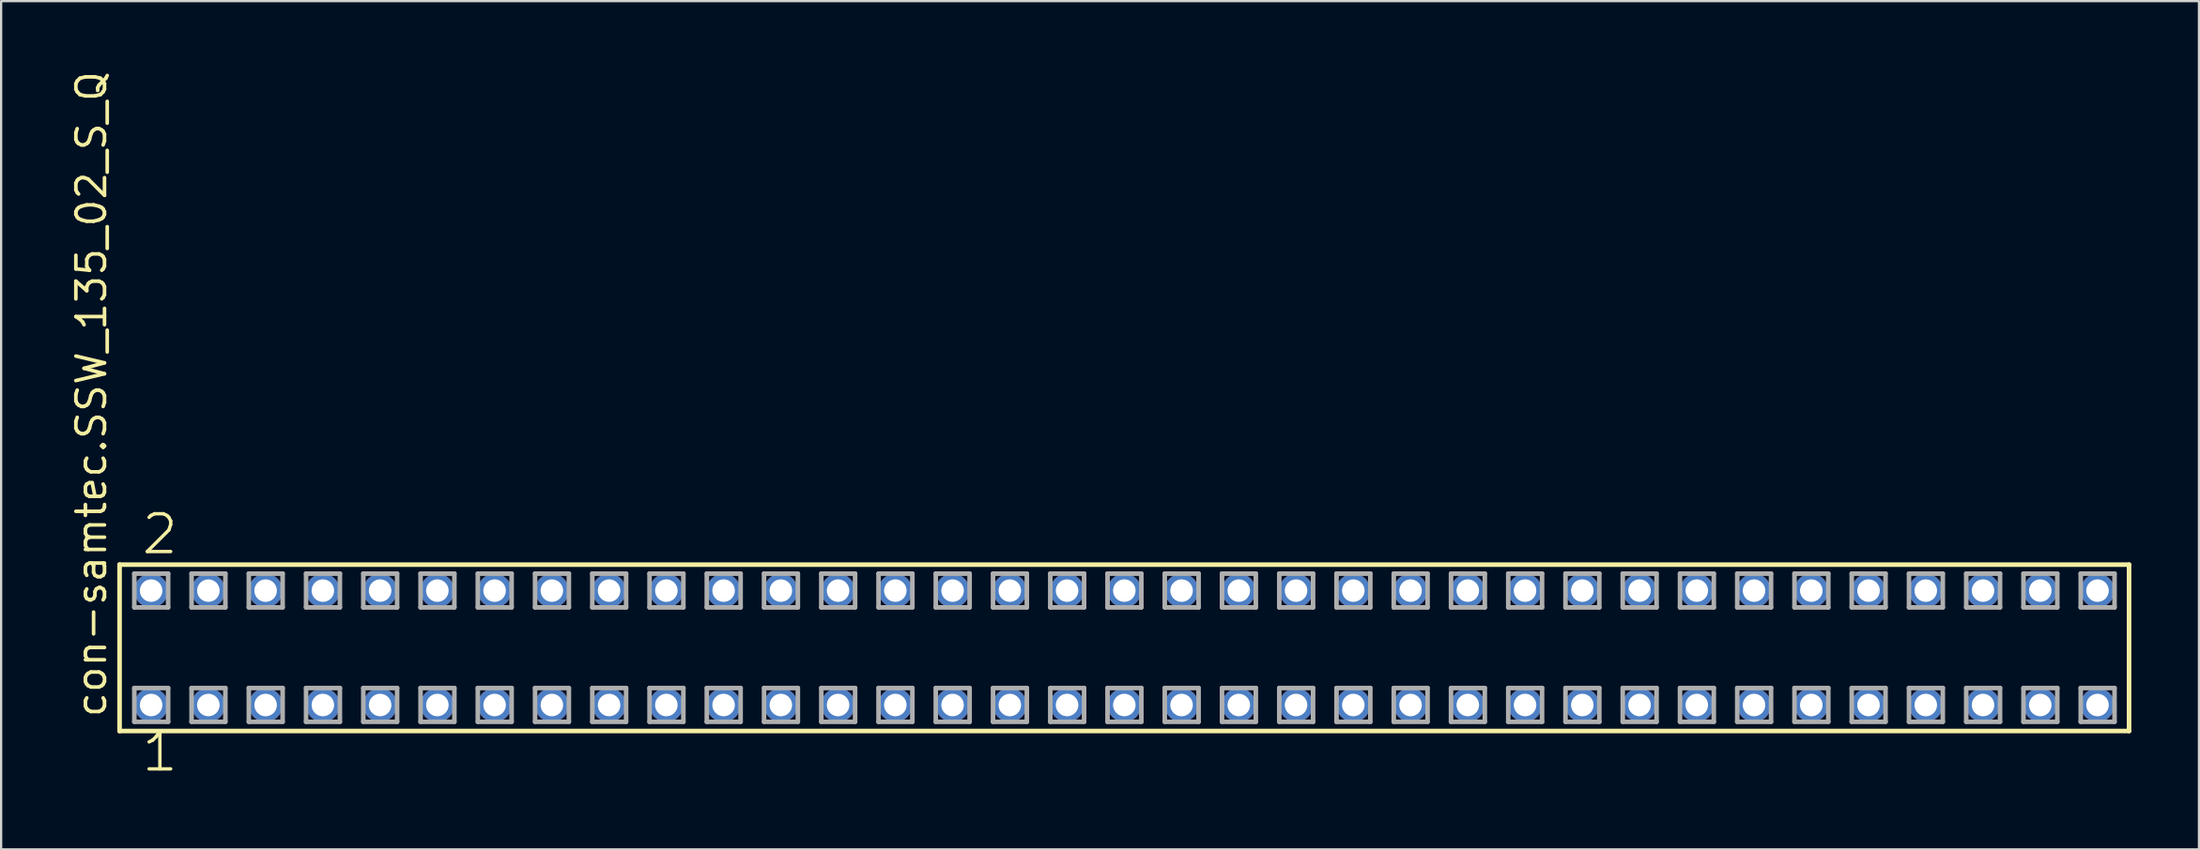
<source format=kicad_pcb>
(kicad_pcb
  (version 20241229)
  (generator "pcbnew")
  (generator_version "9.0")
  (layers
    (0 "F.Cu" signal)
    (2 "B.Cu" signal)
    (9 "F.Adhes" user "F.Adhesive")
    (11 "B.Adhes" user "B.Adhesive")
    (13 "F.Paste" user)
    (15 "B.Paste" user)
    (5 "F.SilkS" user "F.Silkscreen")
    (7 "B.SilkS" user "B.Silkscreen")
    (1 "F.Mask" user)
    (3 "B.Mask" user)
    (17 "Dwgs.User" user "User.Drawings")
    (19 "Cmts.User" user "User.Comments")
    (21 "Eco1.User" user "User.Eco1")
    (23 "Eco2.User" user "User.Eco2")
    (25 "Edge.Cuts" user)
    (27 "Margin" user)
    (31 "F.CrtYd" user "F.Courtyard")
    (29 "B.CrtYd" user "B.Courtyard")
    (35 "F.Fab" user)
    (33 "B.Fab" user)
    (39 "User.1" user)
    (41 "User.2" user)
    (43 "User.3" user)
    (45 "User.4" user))
  (footprint "con-samtec.SSW_135_02_S_Q"
    (layer "F.Cu")
    (at 46.835 25.717)
    (property "Reference" "con-samtec.SSW_135_02_S_Q" (at -45.085 3.175 90) (layer "F.SilkS") (effects (font (size 1.27 1.27) (thickness 0.16)) (justify left bottom)))
    (attr through_hole)
    (fp_line (start -44.579 -3.695) (end 44.579 -3.695) (stroke (width 0.203) (type default)) (layer "F.SilkS"))
    (fp_line (start -44.579 3.695) (end -44.579 -3.695) (stroke (width 0.203) (type default)) (layer "F.SilkS"))
    (fp_line (start 44.579 -3.695) (end 44.579 3.695) (stroke (width 0.203) (type default)) (layer "F.SilkS"))
    (fp_line (start 44.579 3.695) (end -44.579 3.695) (stroke (width 0.203) (type default)) (layer "F.SilkS"))
    (fp_line (start -43.925 -3.295) (end -42.425 -3.295) (stroke (width 0.203) (type default)) (layer "F.Fab"))
    (fp_line (start -43.925 -1.795) (end -43.925 -3.295) (stroke (width 0.203) (type default)) (layer "F.Fab"))
    (fp_line (start -43.925 1.785) (end -42.425 1.785) (stroke (width 0.203) (type default)) (layer "F.Fab"))
    (fp_line (start -43.925 3.285) (end -43.925 1.785) (stroke (width 0.203) (type default)) (layer "F.Fab"))
    (fp_line (start -42.425 -3.295) (end -42.425 -1.795) (stroke (width 0.203) (type default)) (layer "F.Fab"))
    (fp_line (start -42.425 -1.795) (end -43.925 -1.795) (stroke (width 0.203) (type default)) (layer "F.Fab"))
    (fp_line (start -42.425 1.785) (end -42.425 3.285) (stroke (width 0.203) (type default)) (layer "F.Fab"))
    (fp_line (start -42.425 3.285) (end -43.925 3.285) (stroke (width 0.203) (type default)) (layer "F.Fab"))
    (fp_line (start -41.385 -3.295) (end -39.885 -3.295) (stroke (width 0.203) (type default)) (layer "F.Fab"))
    (fp_line (start -41.385 -1.795) (end -41.385 -3.295) (stroke (width 0.203) (type default)) (layer "F.Fab"))
    (fp_line (start -41.385 1.785) (end -39.885 1.785) (stroke (width 0.203) (type default)) (layer "F.Fab"))
    (fp_line (start -41.385 3.285) (end -41.385 1.785) (stroke (width 0.203) (type default)) (layer "F.Fab"))
    (fp_line (start -39.885 -3.295) (end -39.885 -1.795) (stroke (width 0.203) (type default)) (layer "F.Fab"))
    (fp_line (start -39.885 -1.795) (end -41.385 -1.795) (stroke (width 0.203) (type default)) (layer "F.Fab"))
    (fp_line (start -39.885 1.785) (end -39.885 3.285) (stroke (width 0.203) (type default)) (layer "F.Fab"))
    (fp_line (start -39.885 3.285) (end -41.385 3.285) (stroke (width 0.203) (type default)) (layer "F.Fab"))
    (fp_line (start -38.845 -3.295) (end -37.345 -3.295) (stroke (width 0.203) (type default)) (layer "F.Fab"))
    (fp_line (start -38.845 -1.795) (end -38.845 -3.295) (stroke (width 0.203) (type default)) (layer "F.Fab"))
    (fp_line (start -38.845 1.785) (end -37.345 1.785) (stroke (width 0.203) (type default)) (layer "F.Fab"))
    (fp_line (start -38.845 3.285) (end -38.845 1.785) (stroke (width 0.203) (type default)) (layer "F.Fab"))
    (fp_line (start -37.345 -3.295) (end -37.345 -1.795) (stroke (width 0.203) (type default)) (layer "F.Fab"))
    (fp_line (start -37.345 -1.795) (end -38.845 -1.795) (stroke (width 0.203) (type default)) (layer "F.Fab"))
    (fp_line (start -37.345 1.785) (end -37.345 3.285) (stroke (width 0.203) (type default)) (layer "F.Fab"))
    (fp_line (start -37.345 3.285) (end -38.845 3.285) (stroke (width 0.203) (type default)) (layer "F.Fab"))
    (fp_line (start -36.305 -3.295) (end -34.805 -3.295) (stroke (width 0.203) (type default)) (layer "F.Fab"))
    (fp_line (start -36.305 -1.795) (end -36.305 -3.295) (stroke (width 0.203) (type default)) (layer "F.Fab"))
    (fp_line (start -36.305 1.785) (end -34.805 1.785) (stroke (width 0.203) (type default)) (layer "F.Fab"))
    (fp_line (start -36.305 3.285) (end -36.305 1.785) (stroke (width 0.203) (type default)) (layer "F.Fab"))
    (fp_line (start -34.805 -3.295) (end -34.805 -1.795) (stroke (width 0.203) (type default)) (layer "F.Fab"))
    (fp_line (start -34.805 -1.795) (end -36.305 -1.795) (stroke (width 0.203) (type default)) (layer "F.Fab"))
    (fp_line (start -34.805 1.785) (end -34.805 3.285) (stroke (width 0.203) (type default)) (layer "F.Fab"))
    (fp_line (start -34.805 3.285) (end -36.305 3.285) (stroke (width 0.203) (type default)) (layer "F.Fab"))
    (fp_line (start -33.765 -3.295) (end -32.265 -3.295) (stroke (width 0.203) (type default)) (layer "F.Fab"))
    (fp_line (start -33.765 -1.795) (end -33.765 -3.295) (stroke (width 0.203) (type default)) (layer "F.Fab"))
    (fp_line (start -33.765 1.785) (end -32.265 1.785) (stroke (width 0.203) (type default)) (layer "F.Fab"))
    (fp_line (start -33.765 3.285) (end -33.765 1.785) (stroke (width 0.203) (type default)) (layer "F.Fab"))
    (fp_line (start -32.265 -3.295) (end -32.265 -1.795) (stroke (width 0.203) (type default)) (layer "F.Fab"))
    (fp_line (start -32.265 -1.795) (end -33.765 -1.795) (stroke (width 0.203) (type default)) (layer "F.Fab"))
    (fp_line (start -32.265 1.785) (end -32.265 3.285) (stroke (width 0.203) (type default)) (layer "F.Fab"))
    (fp_line (start -32.265 3.285) (end -33.765 3.285) (stroke (width 0.203) (type default)) (layer "F.Fab"))
    (fp_line (start -31.225 -3.295) (end -29.725 -3.295) (stroke (width 0.203) (type default)) (layer "F.Fab"))
    (fp_line (start -31.225 -1.795) (end -31.225 -3.295) (stroke (width 0.203) (type default)) (layer "F.Fab"))
    (fp_line (start -31.225 1.785) (end -29.725 1.785) (stroke (width 0.203) (type default)) (layer "F.Fab"))
    (fp_line (start -31.225 3.285) (end -31.225 1.785) (stroke (width 0.203) (type default)) (layer "F.Fab"))
    (fp_line (start -29.725 -3.295) (end -29.725 -1.795) (stroke (width 0.203) (type default)) (layer "F.Fab"))
    (fp_line (start -29.725 -1.795) (end -31.225 -1.795) (stroke (width 0.203) (type default)) (layer "F.Fab"))
    (fp_line (start -29.725 1.785) (end -29.725 3.285) (stroke (width 0.203) (type default)) (layer "F.Fab"))
    (fp_line (start -29.725 3.285) (end -31.225 3.285) (stroke (width 0.203) (type default)) (layer "F.Fab"))
    (fp_line (start -28.685 -3.295) (end -27.185 -3.295) (stroke (width 0.203) (type default)) (layer "F.Fab"))
    (fp_line (start -28.685 -1.795) (end -28.685 -3.295) (stroke (width 0.203) (type default)) (layer "F.Fab"))
    (fp_line (start -28.685 1.785) (end -27.185 1.785) (stroke (width 0.203) (type default)) (layer "F.Fab"))
    (fp_line (start -28.685 3.285) (end -28.685 1.785) (stroke (width 0.203) (type default)) (layer "F.Fab"))
    (fp_line (start -27.185 -3.295) (end -27.185 -1.795) (stroke (width 0.203) (type default)) (layer "F.Fab"))
    (fp_line (start -27.185 -1.795) (end -28.685 -1.795) (stroke (width 0.203) (type default)) (layer "F.Fab"))
    (fp_line (start -27.185 1.785) (end -27.185 3.285) (stroke (width 0.203) (type default)) (layer "F.Fab"))
    (fp_line (start -27.185 3.285) (end -28.685 3.285) (stroke (width 0.203) (type default)) (layer "F.Fab"))
    (fp_line (start -26.145 -3.295) (end -24.645 -3.295) (stroke (width 0.203) (type default)) (layer "F.Fab"))
    (fp_line (start -26.145 -1.795) (end -26.145 -3.295) (stroke (width 0.203) (type default)) (layer "F.Fab"))
    (fp_line (start -26.145 1.785) (end -24.645 1.785) (stroke (width 0.203) (type default)) (layer "F.Fab"))
    (fp_line (start -26.145 3.285) (end -26.145 1.785) (stroke (width 0.203) (type default)) (layer "F.Fab"))
    (fp_line (start -24.645 -3.295) (end -24.645 -1.795) (stroke (width 0.203) (type default)) (layer "F.Fab"))
    (fp_line (start -24.645 -1.795) (end -26.145 -1.795) (stroke (width 0.203) (type default)) (layer "F.Fab"))
    (fp_line (start -24.645 1.785) (end -24.645 3.285) (stroke (width 0.203) (type default)) (layer "F.Fab"))
    (fp_line (start -24.645 3.285) (end -26.145 3.285) (stroke (width 0.203) (type default)) (layer "F.Fab"))
    (fp_line (start -23.605 -3.295) (end -22.105 -3.295) (stroke (width 0.203) (type default)) (layer "F.Fab"))
    (fp_line (start -23.605 -1.795) (end -23.605 -3.295) (stroke (width 0.203) (type default)) (layer "F.Fab"))
    (fp_line (start -23.605 1.785) (end -22.105 1.785) (stroke (width 0.203) (type default)) (layer "F.Fab"))
    (fp_line (start -23.605 3.285) (end -23.605 1.785) (stroke (width 0.203) (type default)) (layer "F.Fab"))
    (fp_line (start -22.105 -3.295) (end -22.105 -1.795) (stroke (width 0.203) (type default)) (layer "F.Fab"))
    (fp_line (start -22.105 -1.795) (end -23.605 -1.795) (stroke (width 0.203) (type default)) (layer "F.Fab"))
    (fp_line (start -22.105 1.785) (end -22.105 3.285) (stroke (width 0.203) (type default)) (layer "F.Fab"))
    (fp_line (start -22.105 3.285) (end -23.605 3.285) (stroke (width 0.203) (type default)) (layer "F.Fab"))
    (fp_line (start -21.065 -3.295) (end -19.565 -3.295) (stroke (width 0.203) (type default)) (layer "F.Fab"))
    (fp_line (start -21.065 -1.795) (end -21.065 -3.295) (stroke (width 0.203) (type default)) (layer "F.Fab"))
    (fp_line (start -21.065 1.785) (end -19.565 1.785) (stroke (width 0.203) (type default)) (layer "F.Fab"))
    (fp_line (start -21.065 3.285) (end -21.065 1.785) (stroke (width 0.203) (type default)) (layer "F.Fab"))
    (fp_line (start -19.565 -3.295) (end -19.565 -1.795) (stroke (width 0.203) (type default)) (layer "F.Fab"))
    (fp_line (start -19.565 -1.795) (end -21.065 -1.795) (stroke (width 0.203) (type default)) (layer "F.Fab"))
    (fp_line (start -19.565 1.785) (end -19.565 3.285) (stroke (width 0.203) (type default)) (layer "F.Fab"))
    (fp_line (start -19.565 3.285) (end -21.065 3.285) (stroke (width 0.203) (type default)) (layer "F.Fab"))
    (fp_line (start -18.525 -3.295) (end -17.025 -3.295) (stroke (width 0.203) (type default)) (layer "F.Fab"))
    (fp_line (start -18.525 -1.795) (end -18.525 -3.295) (stroke (width 0.203) (type default)) (layer "F.Fab"))
    (fp_line (start -18.525 1.785) (end -17.025 1.785) (stroke (width 0.203) (type default)) (layer "F.Fab"))
    (fp_line (start -18.525 3.285) (end -18.525 1.785) (stroke (width 0.203) (type default)) (layer "F.Fab"))
    (fp_line (start -17.025 -3.295) (end -17.025 -1.795) (stroke (width 0.203) (type default)) (layer "F.Fab"))
    (fp_line (start -17.025 -1.795) (end -18.525 -1.795) (stroke (width 0.203) (type default)) (layer "F.Fab"))
    (fp_line (start -17.025 1.785) (end -17.025 3.285) (stroke (width 0.203) (type default)) (layer "F.Fab"))
    (fp_line (start -17.025 3.285) (end -18.525 3.285) (stroke (width 0.203) (type default)) (layer "F.Fab"))
    (fp_line (start -15.985 -3.295) (end -14.485 -3.295) (stroke (width 0.203) (type default)) (layer "F.Fab"))
    (fp_line (start -15.985 -1.795) (end -15.985 -3.295) (stroke (width 0.203) (type default)) (layer "F.Fab"))
    (fp_line (start -15.985 1.785) (end -14.485 1.785) (stroke (width 0.203) (type default)) (layer "F.Fab"))
    (fp_line (start -15.985 3.285) (end -15.985 1.785) (stroke (width 0.203) (type default)) (layer "F.Fab"))
    (fp_line (start -14.485 -3.295) (end -14.485 -1.795) (stroke (width 0.203) (type default)) (layer "F.Fab"))
    (fp_line (start -14.485 -1.795) (end -15.985 -1.795) (stroke (width 0.203) (type default)) (layer "F.Fab"))
    (fp_line (start -14.485 1.785) (end -14.485 3.285) (stroke (width 0.203) (type default)) (layer "F.Fab"))
    (fp_line (start -14.485 3.285) (end -15.985 3.285) (stroke (width 0.203) (type default)) (layer "F.Fab"))
    (fp_line (start -13.445 -3.295) (end -11.945 -3.295) (stroke (width 0.203) (type default)) (layer "F.Fab"))
    (fp_line (start -13.445 -1.795) (end -13.445 -3.295) (stroke (width 0.203) (type default)) (layer "F.Fab"))
    (fp_line (start -13.445 1.785) (end -11.945 1.785) (stroke (width 0.203) (type default)) (layer "F.Fab"))
    (fp_line (start -13.445 3.285) (end -13.445 1.785) (stroke (width 0.203) (type default)) (layer "F.Fab"))
    (fp_line (start -11.945 -3.295) (end -11.945 -1.795) (stroke (width 0.203) (type default)) (layer "F.Fab"))
    (fp_line (start -11.945 -1.795) (end -13.445 -1.795) (stroke (width 0.203) (type default)) (layer "F.Fab"))
    (fp_line (start -11.945 1.785) (end -11.945 3.285) (stroke (width 0.203) (type default)) (layer "F.Fab"))
    (fp_line (start -11.945 3.285) (end -13.445 3.285) (stroke (width 0.203) (type default)) (layer "F.Fab"))
    (fp_line (start -10.905 -3.295) (end -9.405 -3.295) (stroke (width 0.203) (type default)) (layer "F.Fab"))
    (fp_line (start -10.905 -1.795) (end -10.905 -3.295) (stroke (width 0.203) (type default)) (layer "F.Fab"))
    (fp_line (start -10.905 1.785) (end -9.405 1.785) (stroke (width 0.203) (type default)) (layer "F.Fab"))
    (fp_line (start -10.905 3.285) (end -10.905 1.785) (stroke (width 0.203) (type default)) (layer "F.Fab"))
    (fp_line (start -9.405 -3.295) (end -9.405 -1.795) (stroke (width 0.203) (type default)) (layer "F.Fab"))
    (fp_line (start -9.405 -1.795) (end -10.905 -1.795) (stroke (width 0.203) (type default)) (layer "F.Fab"))
    (fp_line (start -9.405 1.785) (end -9.405 3.285) (stroke (width 0.203) (type default)) (layer "F.Fab"))
    (fp_line (start -9.405 3.285) (end -10.905 3.285) (stroke (width 0.203) (type default)) (layer "F.Fab"))
    (fp_line (start -8.365 -3.295) (end -6.865 -3.295) (stroke (width 0.203) (type default)) (layer "F.Fab"))
    (fp_line (start -8.365 -1.795) (end -8.365 -3.295) (stroke (width 0.203) (type default)) (layer "F.Fab"))
    (fp_line (start -8.365 1.785) (end -6.865 1.785) (stroke (width 0.203) (type default)) (layer "F.Fab"))
    (fp_line (start -8.365 3.285) (end -8.365 1.785) (stroke (width 0.203) (type default)) (layer "F.Fab"))
    (fp_line (start -6.865 -3.295) (end -6.865 -1.795) (stroke (width 0.203) (type default)) (layer "F.Fab"))
    (fp_line (start -6.865 -1.795) (end -8.365 -1.795) (stroke (width 0.203) (type default)) (layer "F.Fab"))
    (fp_line (start -6.865 1.785) (end -6.865 3.285) (stroke (width 0.203) (type default)) (layer "F.Fab"))
    (fp_line (start -6.865 3.285) (end -8.365 3.285) (stroke (width 0.203) (type default)) (layer "F.Fab"))
    (fp_line (start -5.825 -3.295) (end -4.325 -3.295) (stroke (width 0.203) (type default)) (layer "F.Fab"))
    (fp_line (start -5.825 -1.795) (end -5.825 -3.295) (stroke (width 0.203) (type default)) (layer "F.Fab"))
    (fp_line (start -5.825 1.785) (end -4.325 1.785) (stroke (width 0.203) (type default)) (layer "F.Fab"))
    (fp_line (start -5.825 3.285) (end -5.825 1.785) (stroke (width 0.203) (type default)) (layer "F.Fab"))
    (fp_line (start -4.325 -3.295) (end -4.325 -1.795) (stroke (width 0.203) (type default)) (layer "F.Fab"))
    (fp_line (start -4.325 -1.795) (end -5.825 -1.795) (stroke (width 0.203) (type default)) (layer "F.Fab"))
    (fp_line (start -4.325 1.785) (end -4.325 3.285) (stroke (width 0.203) (type default)) (layer "F.Fab"))
    (fp_line (start -4.325 3.285) (end -5.825 3.285) (stroke (width 0.203) (type default)) (layer "F.Fab"))
    (fp_line (start -3.285 -3.295) (end -1.785 -3.295) (stroke (width 0.203) (type default)) (layer "F.Fab"))
    (fp_line (start -3.285 -1.795) (end -3.285 -3.295) (stroke (width 0.203) (type default)) (layer "F.Fab"))
    (fp_line (start -3.285 1.785) (end -1.785 1.785) (stroke (width 0.203) (type default)) (layer "F.Fab"))
    (fp_line (start -3.285 3.285) (end -3.285 1.785) (stroke (width 0.203) (type default)) (layer "F.Fab"))
    (fp_line (start -1.785 -3.295) (end -1.785 -1.795) (stroke (width 0.203) (type default)) (layer "F.Fab"))
    (fp_line (start -1.785 -1.795) (end -3.285 -1.795) (stroke (width 0.203) (type default)) (layer "F.Fab"))
    (fp_line (start -1.785 1.785) (end -1.785 3.285) (stroke (width 0.203) (type default)) (layer "F.Fab"))
    (fp_line (start -1.785 3.285) (end -3.285 3.285) (stroke (width 0.203) (type default)) (layer "F.Fab"))
    (fp_line (start -0.745 -3.295) (end 0.755 -3.295) (stroke (width 0.203) (type default)) (layer "F.Fab"))
    (fp_line (start -0.745 -1.795) (end -0.745 -3.295) (stroke (width 0.203) (type default)) (layer "F.Fab"))
    (fp_line (start -0.745 1.785) (end 0.755 1.785) (stroke (width 0.203) (type default)) (layer "F.Fab"))
    (fp_line (start -0.745 3.285) (end -0.745 1.785) (stroke (width 0.203) (type default)) (layer "F.Fab"))
    (fp_line (start 0.755 -3.295) (end 0.755 -1.795) (stroke (width 0.203) (type default)) (layer "F.Fab"))
    (fp_line (start 0.755 -1.795) (end -0.745 -1.795) (stroke (width 0.203) (type default)) (layer "F.Fab"))
    (fp_line (start 0.755 1.785) (end 0.755 3.285) (stroke (width 0.203) (type default)) (layer "F.Fab"))
    (fp_line (start 0.755 3.285) (end -0.745 3.285) (stroke (width 0.203) (type default)) (layer "F.Fab"))
    (fp_line (start 1.795 -3.295) (end 3.295 -3.295) (stroke (width 0.203) (type default)) (layer "F.Fab"))
    (fp_line (start 1.795 -1.795) (end 1.795 -3.295) (stroke (width 0.203) (type default)) (layer "F.Fab"))
    (fp_line (start 1.795 1.785) (end 3.295 1.785) (stroke (width 0.203) (type default)) (layer "F.Fab"))
    (fp_line (start 1.795 3.285) (end 1.795 1.785) (stroke (width 0.203) (type default)) (layer "F.Fab"))
    (fp_line (start 3.295 -3.295) (end 3.295 -1.795) (stroke (width 0.203) (type default)) (layer "F.Fab"))
    (fp_line (start 3.295 -1.795) (end 1.795 -1.795) (stroke (width 0.203) (type default)) (layer "F.Fab"))
    (fp_line (start 3.295 1.785) (end 3.295 3.285) (stroke (width 0.203) (type default)) (layer "F.Fab"))
    (fp_line (start 3.295 3.285) (end 1.795 3.285) (stroke (width 0.203) (type default)) (layer "F.Fab"))
    (fp_line (start 4.335 -3.295) (end 5.835 -3.295) (stroke (width 0.203) (type default)) (layer "F.Fab"))
    (fp_line (start 4.335 -1.795) (end 4.335 -3.295) (stroke (width 0.203) (type default)) (layer "F.Fab"))
    (fp_line (start 4.335 1.785) (end 5.835 1.785) (stroke (width 0.203) (type default)) (layer "F.Fab"))
    (fp_line (start 4.335 3.285) (end 4.335 1.785) (stroke (width 0.203) (type default)) (layer "F.Fab"))
    (fp_line (start 5.835 -3.295) (end 5.835 -1.795) (stroke (width 0.203) (type default)) (layer "F.Fab"))
    (fp_line (start 5.835 -1.795) (end 4.335 -1.795) (stroke (width 0.203) (type default)) (layer "F.Fab"))
    (fp_line (start 5.835 1.785) (end 5.835 3.285) (stroke (width 0.203) (type default)) (layer "F.Fab"))
    (fp_line (start 5.835 3.285) (end 4.335 3.285) (stroke (width 0.203) (type default)) (layer "F.Fab"))
    (fp_line (start 6.875 -3.295) (end 8.375 -3.295) (stroke (width 0.203) (type default)) (layer "F.Fab"))
    (fp_line (start 6.875 -1.795) (end 6.875 -3.295) (stroke (width 0.203) (type default)) (layer "F.Fab"))
    (fp_line (start 6.875 1.785) (end 8.375 1.785) (stroke (width 0.203) (type default)) (layer "F.Fab"))
    (fp_line (start 6.875 3.285) (end 6.875 1.785) (stroke (width 0.203) (type default)) (layer "F.Fab"))
    (fp_line (start 8.375 -3.295) (end 8.375 -1.795) (stroke (width 0.203) (type default)) (layer "F.Fab"))
    (fp_line (start 8.375 -1.795) (end 6.875 -1.795) (stroke (width 0.203) (type default)) (layer "F.Fab"))
    (fp_line (start 8.375 1.785) (end 8.375 3.285) (stroke (width 0.203) (type default)) (layer "F.Fab"))
    (fp_line (start 8.375 3.285) (end 6.875 3.285) (stroke (width 0.203) (type default)) (layer "F.Fab"))
    (fp_line (start 9.415 -3.295) (end 10.915 -3.295) (stroke (width 0.203) (type default)) (layer "F.Fab"))
    (fp_line (start 9.415 -1.795) (end 9.415 -3.295) (stroke (width 0.203) (type default)) (layer "F.Fab"))
    (fp_line (start 9.415 1.785) (end 10.915 1.785) (stroke (width 0.203) (type default)) (layer "F.Fab"))
    (fp_line (start 9.415 3.285) (end 9.415 1.785) (stroke (width 0.203) (type default)) (layer "F.Fab"))
    (fp_line (start 10.915 -3.295) (end 10.915 -1.795) (stroke (width 0.203) (type default)) (layer "F.Fab"))
    (fp_line (start 10.915 -1.795) (end 9.415 -1.795) (stroke (width 0.203) (type default)) (layer "F.Fab"))
    (fp_line (start 10.915 1.785) (end 10.915 3.285) (stroke (width 0.203) (type default)) (layer "F.Fab"))
    (fp_line (start 10.915 3.285) (end 9.415 3.285) (stroke (width 0.203) (type default)) (layer "F.Fab"))
    (fp_line (start 11.955 -3.295) (end 13.455 -3.295) (stroke (width 0.203) (type default)) (layer "F.Fab"))
    (fp_line (start 11.955 -1.795) (end 11.955 -3.295) (stroke (width 0.203) (type default)) (layer "F.Fab"))
    (fp_line (start 11.955 1.785) (end 13.455 1.785) (stroke (width 0.203) (type default)) (layer "F.Fab"))
    (fp_line (start 11.955 3.285) (end 11.955 1.785) (stroke (width 0.203) (type default)) (layer "F.Fab"))
    (fp_line (start 13.455 -3.295) (end 13.455 -1.795) (stroke (width 0.203) (type default)) (layer "F.Fab"))
    (fp_line (start 13.455 -1.795) (end 11.955 -1.795) (stroke (width 0.203) (type default)) (layer "F.Fab"))
    (fp_line (start 13.455 1.785) (end 13.455 3.285) (stroke (width 0.203) (type default)) (layer "F.Fab"))
    (fp_line (start 13.455 3.285) (end 11.955 3.285) (stroke (width 0.203) (type default)) (layer "F.Fab"))
    (fp_line (start 14.495 -3.295) (end 15.995 -3.295) (stroke (width 0.203) (type default)) (layer "F.Fab"))
    (fp_line (start 14.495 -1.795) (end 14.495 -3.295) (stroke (width 0.203) (type default)) (layer "F.Fab"))
    (fp_line (start 14.495 1.785) (end 15.995 1.785) (stroke (width 0.203) (type default)) (layer "F.Fab"))
    (fp_line (start 14.495 3.285) (end 14.495 1.785) (stroke (width 0.203) (type default)) (layer "F.Fab"))
    (fp_line (start 15.995 -3.295) (end 15.995 -1.795) (stroke (width 0.203) (type default)) (layer "F.Fab"))
    (fp_line (start 15.995 -1.795) (end 14.495 -1.795) (stroke (width 0.203) (type default)) (layer "F.Fab"))
    (fp_line (start 15.995 1.785) (end 15.995 3.285) (stroke (width 0.203) (type default)) (layer "F.Fab"))
    (fp_line (start 15.995 3.285) (end 14.495 3.285) (stroke (width 0.203) (type default)) (layer "F.Fab"))
    (fp_line (start 17.035 -3.295) (end 18.535 -3.295) (stroke (width 0.203) (type default)) (layer "F.Fab"))
    (fp_line (start 17.035 -1.795) (end 17.035 -3.295) (stroke (width 0.203) (type default)) (layer "F.Fab"))
    (fp_line (start 17.035 1.785) (end 18.535 1.785) (stroke (width 0.203) (type default)) (layer "F.Fab"))
    (fp_line (start 17.035 3.285) (end 17.035 1.785) (stroke (width 0.203) (type default)) (layer "F.Fab"))
    (fp_line (start 18.535 -3.295) (end 18.535 -1.795) (stroke (width 0.203) (type default)) (layer "F.Fab"))
    (fp_line (start 18.535 -1.795) (end 17.035 -1.795) (stroke (width 0.203) (type default)) (layer "F.Fab"))
    (fp_line (start 18.535 1.785) (end 18.535 3.285) (stroke (width 0.203) (type default)) (layer "F.Fab"))
    (fp_line (start 18.535 3.285) (end 17.035 3.285) (stroke (width 0.203) (type default)) (layer "F.Fab"))
    (fp_line (start 19.575 -3.295) (end 21.075 -3.295) (stroke (width 0.203) (type default)) (layer "F.Fab"))
    (fp_line (start 19.575 -1.795) (end 19.575 -3.295) (stroke (width 0.203) (type default)) (layer "F.Fab"))
    (fp_line (start 19.575 1.785) (end 21.075 1.785) (stroke (width 0.203) (type default)) (layer "F.Fab"))
    (fp_line (start 19.575 3.285) (end 19.575 1.785) (stroke (width 0.203) (type default)) (layer "F.Fab"))
    (fp_line (start 21.075 -3.295) (end 21.075 -1.795) (stroke (width 0.203) (type default)) (layer "F.Fab"))
    (fp_line (start 21.075 -1.795) (end 19.575 -1.795) (stroke (width 0.203) (type default)) (layer "F.Fab"))
    (fp_line (start 21.075 1.785) (end 21.075 3.285) (stroke (width 0.203) (type default)) (layer "F.Fab"))
    (fp_line (start 21.075 3.285) (end 19.575 3.285) (stroke (width 0.203) (type default)) (layer "F.Fab"))
    (fp_line (start 22.115 -3.295) (end 23.615 -3.295) (stroke (width 0.203) (type default)) (layer "F.Fab"))
    (fp_line (start 22.115 -1.795) (end 22.115 -3.295) (stroke (width 0.203) (type default)) (layer "F.Fab"))
    (fp_line (start 22.115 1.785) (end 23.615 1.785) (stroke (width 0.203) (type default)) (layer "F.Fab"))
    (fp_line (start 22.115 3.285) (end 22.115 1.785) (stroke (width 0.203) (type default)) (layer "F.Fab"))
    (fp_line (start 23.615 -3.295) (end 23.615 -1.795) (stroke (width 0.203) (type default)) (layer "F.Fab"))
    (fp_line (start 23.615 -1.795) (end 22.115 -1.795) (stroke (width 0.203) (type default)) (layer "F.Fab"))
    (fp_line (start 23.615 1.785) (end 23.615 3.285) (stroke (width 0.203) (type default)) (layer "F.Fab"))
    (fp_line (start 23.615 3.285) (end 22.115 3.285) (stroke (width 0.203) (type default)) (layer "F.Fab"))
    (fp_line (start 24.655 -3.295) (end 26.155 -3.295) (stroke (width 0.203) (type default)) (layer "F.Fab"))
    (fp_line (start 24.655 -1.795) (end 24.655 -3.295) (stroke (width 0.203) (type default)) (layer "F.Fab"))
    (fp_line (start 24.655 1.785) (end 26.155 1.785) (stroke (width 0.203) (type default)) (layer "F.Fab"))
    (fp_line (start 24.655 3.285) (end 24.655 1.785) (stroke (width 0.203) (type default)) (layer "F.Fab"))
    (fp_line (start 26.155 -3.295) (end 26.155 -1.795) (stroke (width 0.203) (type default)) (layer "F.Fab"))
    (fp_line (start 26.155 -1.795) (end 24.655 -1.795) (stroke (width 0.203) (type default)) (layer "F.Fab"))
    (fp_line (start 26.155 1.785) (end 26.155 3.285) (stroke (width 0.203) (type default)) (layer "F.Fab"))
    (fp_line (start 26.155 3.285) (end 24.655 3.285) (stroke (width 0.203) (type default)) (layer "F.Fab"))
    (fp_line (start 27.195 -3.295) (end 28.695 -3.295) (stroke (width 0.203) (type default)) (layer "F.Fab"))
    (fp_line (start 27.195 -1.795) (end 27.195 -3.295) (stroke (width 0.203) (type default)) (layer "F.Fab"))
    (fp_line (start 27.195 1.785) (end 28.695 1.785) (stroke (width 0.203) (type default)) (layer "F.Fab"))
    (fp_line (start 27.195 3.285) (end 27.195 1.785) (stroke (width 0.203) (type default)) (layer "F.Fab"))
    (fp_line (start 28.695 -3.295) (end 28.695 -1.795) (stroke (width 0.203) (type default)) (layer "F.Fab"))
    (fp_line (start 28.695 -1.795) (end 27.195 -1.795) (stroke (width 0.203) (type default)) (layer "F.Fab"))
    (fp_line (start 28.695 1.785) (end 28.695 3.285) (stroke (width 0.203) (type default)) (layer "F.Fab"))
    (fp_line (start 28.695 3.285) (end 27.195 3.285) (stroke (width 0.203) (type default)) (layer "F.Fab"))
    (fp_line (start 29.735 -3.295) (end 31.235 -3.295) (stroke (width 0.203) (type default)) (layer "F.Fab"))
    (fp_line (start 29.735 -1.795) (end 29.735 -3.295) (stroke (width 0.203) (type default)) (layer "F.Fab"))
    (fp_line (start 29.735 1.785) (end 31.235 1.785) (stroke (width 0.203) (type default)) (layer "F.Fab"))
    (fp_line (start 29.735 3.285) (end 29.735 1.785) (stroke (width 0.203) (type default)) (layer "F.Fab"))
    (fp_line (start 31.235 -3.295) (end 31.235 -1.795) (stroke (width 0.203) (type default)) (layer "F.Fab"))
    (fp_line (start 31.235 -1.795) (end 29.735 -1.795) (stroke (width 0.203) (type default)) (layer "F.Fab"))
    (fp_line (start 31.235 1.785) (end 31.235 3.285) (stroke (width 0.203) (type default)) (layer "F.Fab"))
    (fp_line (start 31.235 3.285) (end 29.735 3.285) (stroke (width 0.203) (type default)) (layer "F.Fab"))
    (fp_line (start 32.275 -3.295) (end 33.775 -3.295) (stroke (width 0.203) (type default)) (layer "F.Fab"))
    (fp_line (start 32.275 -1.795) (end 32.275 -3.295) (stroke (width 0.203) (type default)) (layer "F.Fab"))
    (fp_line (start 32.275 1.785) (end 33.775 1.785) (stroke (width 0.203) (type default)) (layer "F.Fab"))
    (fp_line (start 32.275 3.285) (end 32.275 1.785) (stroke (width 0.203) (type default)) (layer "F.Fab"))
    (fp_line (start 33.775 -3.295) (end 33.775 -1.795) (stroke (width 0.203) (type default)) (layer "F.Fab"))
    (fp_line (start 33.775 -1.795) (end 32.275 -1.795) (stroke (width 0.203) (type default)) (layer "F.Fab"))
    (fp_line (start 33.775 1.785) (end 33.775 3.285) (stroke (width 0.203) (type default)) (layer "F.Fab"))
    (fp_line (start 33.775 3.285) (end 32.275 3.285) (stroke (width 0.203) (type default)) (layer "F.Fab"))
    (fp_line (start 34.815 -3.295) (end 36.315 -3.295) (stroke (width 0.203) (type default)) (layer "F.Fab"))
    (fp_line (start 34.815 -1.795) (end 34.815 -3.295) (stroke (width 0.203) (type default)) (layer "F.Fab"))
    (fp_line (start 34.815 1.785) (end 36.315 1.785) (stroke (width 0.203) (type default)) (layer "F.Fab"))
    (fp_line (start 34.815 3.285) (end 34.815 1.785) (stroke (width 0.203) (type default)) (layer "F.Fab"))
    (fp_line (start 36.315 -3.295) (end 36.315 -1.795) (stroke (width 0.203) (type default)) (layer "F.Fab"))
    (fp_line (start 36.315 -1.795) (end 34.815 -1.795) (stroke (width 0.203) (type default)) (layer "F.Fab"))
    (fp_line (start 36.315 1.785) (end 36.315 3.285) (stroke (width 0.203) (type default)) (layer "F.Fab"))
    (fp_line (start 36.315 3.285) (end 34.815 3.285) (stroke (width 0.203) (type default)) (layer "F.Fab"))
    (fp_line (start 37.355 -3.295) (end 38.855 -3.295) (stroke (width 0.203) (type default)) (layer "F.Fab"))
    (fp_line (start 37.355 -1.795) (end 37.355 -3.295) (stroke (width 0.203) (type default)) (layer "F.Fab"))
    (fp_line (start 37.355 1.785) (end 38.855 1.785) (stroke (width 0.203) (type default)) (layer "F.Fab"))
    (fp_line (start 37.355 3.285) (end 37.355 1.785) (stroke (width 0.203) (type default)) (layer "F.Fab"))
    (fp_line (start 38.855 -3.295) (end 38.855 -1.795) (stroke (width 0.203) (type default)) (layer "F.Fab"))
    (fp_line (start 38.855 -1.795) (end 37.355 -1.795) (stroke (width 0.203) (type default)) (layer "F.Fab"))
    (fp_line (start 38.855 1.785) (end 38.855 3.285) (stroke (width 0.203) (type default)) (layer "F.Fab"))
    (fp_line (start 38.855 3.285) (end 37.355 3.285) (stroke (width 0.203) (type default)) (layer "F.Fab"))
    (fp_line (start 39.895 -3.295) (end 41.395 -3.295) (stroke (width 0.203) (type default)) (layer "F.Fab"))
    (fp_line (start 39.895 -1.795) (end 39.895 -3.295) (stroke (width 0.203) (type default)) (layer "F.Fab"))
    (fp_line (start 39.895 1.785) (end 41.395 1.785) (stroke (width 0.203) (type default)) (layer "F.Fab"))
    (fp_line (start 39.895 3.285) (end 39.895 1.785) (stroke (width 0.203) (type default)) (layer "F.Fab"))
    (fp_line (start 41.395 -3.295) (end 41.395 -1.795) (stroke (width 0.203) (type default)) (layer "F.Fab"))
    (fp_line (start 41.395 -1.795) (end 39.895 -1.795) (stroke (width 0.203) (type default)) (layer "F.Fab"))
    (fp_line (start 41.395 1.785) (end 41.395 3.285) (stroke (width 0.203) (type default)) (layer "F.Fab"))
    (fp_line (start 41.395 3.285) (end 39.895 3.285) (stroke (width 0.203) (type default)) (layer "F.Fab"))
    (fp_line (start 42.435 -3.295) (end 43.935 -3.295) (stroke (width 0.203) (type default)) (layer "F.Fab"))
    (fp_line (start 42.435 -1.795) (end 42.435 -3.295) (stroke (width 0.203) (type default)) (layer "F.Fab"))
    (fp_line (start 42.435 1.785) (end 43.935 1.785) (stroke (width 0.203) (type default)) (layer "F.Fab"))
    (fp_line (start 42.435 3.285) (end 42.435 1.785) (stroke (width 0.203) (type default)) (layer "F.Fab"))
    (fp_line (start 43.935 -3.295) (end 43.935 -1.795) (stroke (width 0.203) (type default)) (layer "F.Fab"))
    (fp_line (start 43.935 -1.795) (end 42.435 -1.795) (stroke (width 0.203) (type default)) (layer "F.Fab"))
    (fp_line (start 43.935 1.785) (end 43.935 3.285) (stroke (width 0.203) (type default)) (layer "F.Fab"))
    (fp_line (start 43.935 3.285) (end 42.435 3.285) (stroke (width 0.203) (type default)) (layer "F.Fab"))
    (fp_text user "1" (at -43.688 5.588 0) (layer "F.SilkS") (effects (font (size 1.676 1.676) (thickness 0.15)) (justify left bottom)))
    (fp_text user "2" (at -43.688 -4.064 0) (layer "F.SilkS") (effects (font (size 1.676 1.676) (thickness 0.15)) (justify left bottom)))
    (pad "1" thru_hole circle (at -43.18 2.54) (size 1.5 1.5) (drill 1) (layers "*.Cu" "*.Mask"))
    (pad "2" thru_hole circle (at -43.18 -2.54) (size 1.5 1.5) (drill 1) (layers "*.Cu" "*.Mask"))
    (pad "3" thru_hole circle (at -40.64 2.54) (size 1.5 1.5) (drill 1) (layers "*.Cu" "*.Mask"))
    (pad "4" thru_hole circle (at -40.64 -2.54) (size 1.5 1.5) (drill 1) (layers "*.Cu" "*.Mask"))
    (pad "5" thru_hole circle (at -38.1 2.54) (size 1.5 1.5) (drill 1) (layers "*.Cu" "*.Mask"))
    (pad "6" thru_hole circle (at -38.1 -2.54) (size 1.5 1.5) (drill 1) (layers "*.Cu" "*.Mask"))
    (pad "7" thru_hole circle (at -35.56 2.54) (size 1.5 1.5) (drill 1) (layers "*.Cu" "*.Mask"))
    (pad "8" thru_hole circle (at -35.56 -2.54) (size 1.5 1.5) (drill 1) (layers "*.Cu" "*.Mask"))
    (pad "9" thru_hole circle (at -33.02 2.54) (size 1.5 1.5) (drill 1) (layers "*.Cu" "*.Mask"))
    (pad "10" thru_hole circle (at -33.02 -2.54) (size 1.5 1.5) (drill 1) (layers "*.Cu" "*.Mask"))
    (pad "11" thru_hole circle (at -30.48 2.54) (size 1.5 1.5) (drill 1) (layers "*.Cu" "*.Mask"))
    (pad "12" thru_hole circle (at -30.48 -2.54) (size 1.5 1.5) (drill 1) (layers "*.Cu" "*.Mask"))
    (pad "13" thru_hole circle (at -27.94 2.54) (size 1.5 1.5) (drill 1) (layers "*.Cu" "*.Mask"))
    (pad "14" thru_hole circle (at -27.94 -2.54) (size 1.5 1.5) (drill 1) (layers "*.Cu" "*.Mask"))
    (pad "15" thru_hole circle (at -25.4 2.54) (size 1.5 1.5) (drill 1) (layers "*.Cu" "*.Mask"))
    (pad "16" thru_hole circle (at -25.4 -2.54) (size 1.5 1.5) (drill 1) (layers "*.Cu" "*.Mask"))
    (pad "17" thru_hole circle (at -22.86 2.54) (size 1.5 1.5) (drill 1) (layers "*.Cu" "*.Mask"))
    (pad "18" thru_hole circle (at -22.86 -2.54) (size 1.5 1.5) (drill 1) (layers "*.Cu" "*.Mask"))
    (pad "19" thru_hole circle (at -20.32 2.54) (size 1.5 1.5) (drill 1) (layers "*.Cu" "*.Mask"))
    (pad "20" thru_hole circle (at -20.32 -2.54) (size 1.5 1.5) (drill 1) (layers "*.Cu" "*.Mask"))
    (pad "21" thru_hole circle (at -17.78 2.54) (size 1.5 1.5) (drill 1) (layers "*.Cu" "*.Mask"))
    (pad "22" thru_hole circle (at -17.78 -2.54) (size 1.5 1.5) (drill 1) (layers "*.Cu" "*.Mask"))
    (pad "23" thru_hole circle (at -15.24 2.54) (size 1.5 1.5) (drill 1) (layers "*.Cu" "*.Mask"))
    (pad "24" thru_hole circle (at -15.24 -2.54) (size 1.5 1.5) (drill 1) (layers "*.Cu" "*.Mask"))
    (pad "25" thru_hole circle (at -12.7 2.54) (size 1.5 1.5) (drill 1) (layers "*.Cu" "*.Mask"))
    (pad "26" thru_hole circle (at -12.7 -2.54) (size 1.5 1.5) (drill 1) (layers "*.Cu" "*.Mask"))
    (pad "27" thru_hole circle (at -10.16 2.54) (size 1.5 1.5) (drill 1) (layers "*.Cu" "*.Mask"))
    (pad "28" thru_hole circle (at -10.16 -2.54) (size 1.5 1.5) (drill 1) (layers "*.Cu" "*.Mask"))
    (pad "29" thru_hole circle (at -7.62 2.54) (size 1.5 1.5) (drill 1) (layers "*.Cu" "*.Mask"))
    (pad "30" thru_hole circle (at -7.62 -2.54) (size 1.5 1.5) (drill 1) (layers "*.Cu" "*.Mask"))
    (pad "31" thru_hole circle (at -5.08 2.54) (size 1.5 1.5) (drill 1) (layers "*.Cu" "*.Mask"))
    (pad "32" thru_hole circle (at -5.08 -2.54) (size 1.5 1.5) (drill 1) (layers "*.Cu" "*.Mask"))
    (pad "33" thru_hole circle (at -2.54 2.54) (size 1.5 1.5) (drill 1) (layers "*.Cu" "*.Mask"))
    (pad "34" thru_hole circle (at -2.54 -2.54) (size 1.5 1.5) (drill 1) (layers "*.Cu" "*.Mask"))
    (pad "35" thru_hole circle (at 0 2.54) (size 1.5 1.5) (drill 1) (layers "*.Cu" "*.Mask"))
    (pad "36" thru_hole circle (at 0 -2.54) (size 1.5 1.5) (drill 1) (layers "*.Cu" "*.Mask"))
    (pad "37" thru_hole circle (at 2.54 2.54) (size 1.5 1.5) (drill 1) (layers "*.Cu" "*.Mask"))
    (pad "38" thru_hole circle (at 2.54 -2.54) (size 1.5 1.5) (drill 1) (layers "*.Cu" "*.Mask"))
    (pad "39" thru_hole circle (at 5.08 2.54) (size 1.5 1.5) (drill 1) (layers "*.Cu" "*.Mask"))
    (pad "40" thru_hole circle (at 5.08 -2.54) (size 1.5 1.5) (drill 1) (layers "*.Cu" "*.Mask"))
    (pad "41" thru_hole circle (at 7.62 2.54) (size 1.5 1.5) (drill 1) (layers "*.Cu" "*.Mask"))
    (pad "42" thru_hole circle (at 7.62 -2.54) (size 1.5 1.5) (drill 1) (layers "*.Cu" "*.Mask"))
    (pad "43" thru_hole circle (at 10.16 2.54) (size 1.5 1.5) (drill 1) (layers "*.Cu" "*.Mask"))
    (pad "44" thru_hole circle (at 10.16 -2.54) (size 1.5 1.5) (drill 1) (layers "*.Cu" "*.Mask"))
    (pad "45" thru_hole circle (at 12.7 2.54) (size 1.5 1.5) (drill 1) (layers "*.Cu" "*.Mask"))
    (pad "46" thru_hole circle (at 12.7 -2.54) (size 1.5 1.5) (drill 1) (layers "*.Cu" "*.Mask"))
    (pad "47" thru_hole circle (at 15.24 2.54) (size 1.5 1.5) (drill 1) (layers "*.Cu" "*.Mask"))
    (pad "48" thru_hole circle (at 15.24 -2.54) (size 1.5 1.5) (drill 1) (layers "*.Cu" "*.Mask"))
    (pad "49" thru_hole circle (at 17.78 2.54) (size 1.5 1.5) (drill 1) (layers "*.Cu" "*.Mask"))
    (pad "50" thru_hole circle (at 17.78 -2.54) (size 1.5 1.5) (drill 1) (layers "*.Cu" "*.Mask"))
    (pad "51" thru_hole circle (at 20.32 2.54) (size 1.5 1.5) (drill 1) (layers "*.Cu" "*.Mask"))
    (pad "52" thru_hole circle (at 20.32 -2.54) (size 1.5 1.5) (drill 1) (layers "*.Cu" "*.Mask"))
    (pad "53" thru_hole circle (at 22.86 2.54) (size 1.5 1.5) (drill 1) (layers "*.Cu" "*.Mask"))
    (pad "54" thru_hole circle (at 22.86 -2.54) (size 1.5 1.5) (drill 1) (layers "*.Cu" "*.Mask"))
    (pad "55" thru_hole circle (at 25.4 2.54) (size 1.5 1.5) (drill 1) (layers "*.Cu" "*.Mask"))
    (pad "56" thru_hole circle (at 25.4 -2.54) (size 1.5 1.5) (drill 1) (layers "*.Cu" "*.Mask"))
    (pad "57" thru_hole circle (at 27.94 2.54) (size 1.5 1.5) (drill 1) (layers "*.Cu" "*.Mask"))
    (pad "58" thru_hole circle (at 27.94 -2.54) (size 1.5 1.5) (drill 1) (layers "*.Cu" "*.Mask"))
    (pad "59" thru_hole circle (at 30.48 2.54) (size 1.5 1.5) (drill 1) (layers "*.Cu" "*.Mask"))
    (pad "60" thru_hole circle (at 30.48 -2.54) (size 1.5 1.5) (drill 1) (layers "*.Cu" "*.Mask"))
    (pad "61" thru_hole circle (at 33.02 2.54) (size 1.5 1.5) (drill 1) (layers "*.Cu" "*.Mask"))
    (pad "62" thru_hole circle (at 33.02 -2.54) (size 1.5 1.5) (drill 1) (layers "*.Cu" "*.Mask"))
    (pad "63" thru_hole circle (at 35.56 2.54) (size 1.5 1.5) (drill 1) (layers "*.Cu" "*.Mask"))
    (pad "64" thru_hole circle (at 35.56 -2.54) (size 1.5 1.5) (drill 1) (layers "*.Cu" "*.Mask"))
    (pad "65" thru_hole circle (at 38.1 2.54) (size 1.5 1.5) (drill 1) (layers "*.Cu" "*.Mask"))
    (pad "66" thru_hole circle (at 38.1 -2.54) (size 1.5 1.5) (drill 1) (layers "*.Cu" "*.Mask"))
    (pad "67" thru_hole circle (at 40.64 2.54) (size 1.5 1.5) (drill 1) (layers "*.Cu" "*.Mask"))
    (pad "68" thru_hole circle (at 40.64 -2.54) (size 1.5 1.5) (drill 1) (layers "*.Cu" "*.Mask"))
    (pad "69" thru_hole circle (at 43.18 2.54) (size 1.5 1.5) (drill 1) (layers "*.Cu" "*.Mask"))
    (pad "70" thru_hole circle (at 43.18 -2.54) (size 1.5 1.5) (drill 1) (layers "*.Cu" "*.Mask")))
  (gr_rect
    (start -3 -3)
    (end 94.516 34.666)
    (stroke (width 0.1) (type default))
    (fill no)
    (layer "Edge.Cuts")))
</source>
